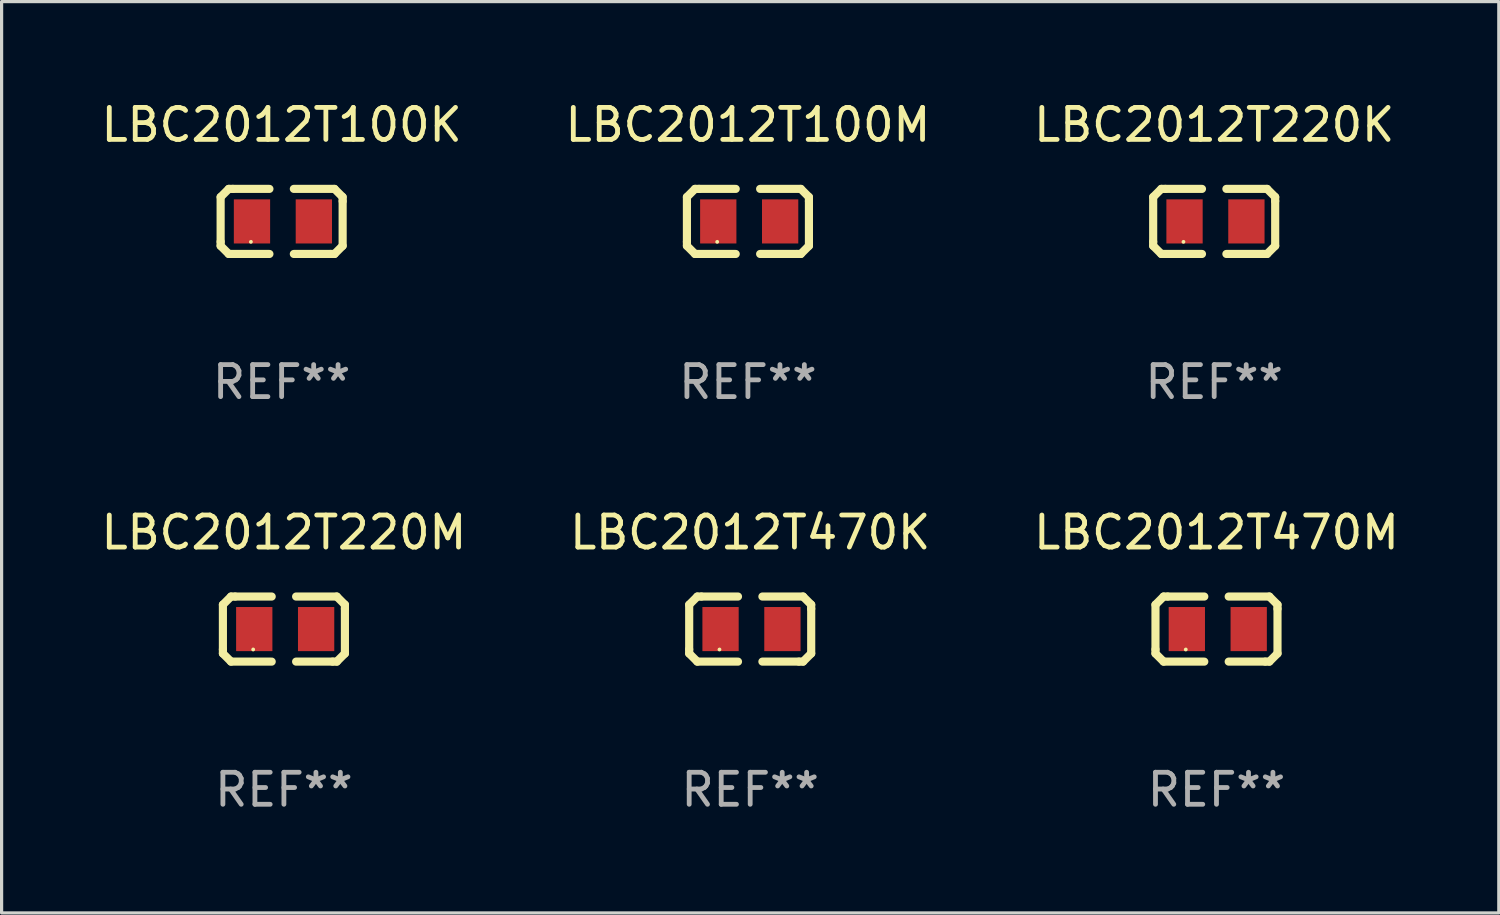
<source format=kicad_pcb>
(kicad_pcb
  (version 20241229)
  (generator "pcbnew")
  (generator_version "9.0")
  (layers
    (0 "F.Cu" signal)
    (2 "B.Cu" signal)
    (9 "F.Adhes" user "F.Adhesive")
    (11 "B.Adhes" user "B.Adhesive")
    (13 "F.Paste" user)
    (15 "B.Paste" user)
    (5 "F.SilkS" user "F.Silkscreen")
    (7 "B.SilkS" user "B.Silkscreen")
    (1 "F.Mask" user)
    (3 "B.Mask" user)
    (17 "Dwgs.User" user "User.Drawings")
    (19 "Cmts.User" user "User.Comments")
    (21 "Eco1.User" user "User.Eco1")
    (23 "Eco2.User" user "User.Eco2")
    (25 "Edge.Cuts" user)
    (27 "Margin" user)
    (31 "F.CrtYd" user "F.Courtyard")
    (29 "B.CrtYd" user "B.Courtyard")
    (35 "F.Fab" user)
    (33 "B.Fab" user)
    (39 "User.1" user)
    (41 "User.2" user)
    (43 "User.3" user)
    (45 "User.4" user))
  (footprint "LBC2012T100M"
    (layer "F.Cu")
    (at 20.304 3.864)
    (property "Reference" "LBC2012T100M" (at 0 -3.016 0) (layer "F.SilkS") (effects (font (size 1 1) (thickness 0.15))))
    (attr through_hole)
    (fp_line (start -1.905 -0.762) (end -1.905 0.635) (stroke (width 0.254) (type solid)) (layer "F.SilkS"))
    (fp_line (start -1.905 0.635) (end -1.905 0.762) (stroke (width 0.254) (type solid)) (layer "F.SilkS"))
    (fp_line (start -1.905 0.762) (end -1.651 1.016) (stroke (width 0.254) (type solid)) (layer "F.SilkS"))
    (fp_line (start -1.651 -1.016) (end -1.905 -0.762) (stroke (width 0.254) (type solid)) (layer "F.SilkS"))
    (fp_line (start -1.651 1.016) (end -0.381 1.016) (stroke (width 0.254) (type solid)) (layer "F.SilkS"))
    (fp_line (start -1.524 -1.016) (end -1.651 -1.016) (stroke (width 0.254) (type solid)) (layer "F.SilkS"))
    (fp_line (start -0.381 -1.016) (end -1.524 -1.016) (stroke (width 0.254) (type solid)) (layer "F.SilkS"))
    (fp_line (start 0.381 1.016) (end 1.524 1.016) (stroke (width 0.254) (type solid)) (layer "F.SilkS"))
    (fp_line (start 1.524 1.016) (end 1.651 1.016) (stroke (width 0.254) (type solid)) (layer "F.SilkS"))
    (fp_line (start 1.651 -1.016) (end 0.381 -1.016) (stroke (width 0.254) (type solid)) (layer "F.SilkS"))
    (fp_line (start 1.651 1.016) (end 1.905 0.762) (stroke (width 0.254) (type solid)) (layer "F.SilkS"))
    (fp_line (start 1.905 -0.762) (end 1.651 -1.016) (stroke (width 0.254) (type solid)) (layer "F.SilkS"))
    (fp_line (start 1.905 -0.635) (end 1.905 -0.762) (stroke (width 0.254) (type solid)) (layer "F.SilkS"))
    (fp_line (start 1.905 0.762) (end 1.905 -0.635) (stroke (width 0.254) (type solid)) (layer "F.SilkS"))
    (fp_circle (center -0.96 0.637) (end -0.93 0.637) (stroke (width 0.06) (type solid)) (fill no) (layer "F.SilkS"))
    (fp_text user "REF**" (at 0 5.016 0) (layer "F.Fab") (effects (font (size 1 1) (thickness 0.15))))
    (pad "1" smd rect (at -0.926 -0.000051) (size 1.133 1.377) (layers "F.Cu" "F.Mask" "F.Paste"))
    (pad "2" smd rect (at 1.006 -0.000051) (size 1.133 1.377) (layers "F.Cu" "F.Mask" "F.Paste")))
  (footprint "LBC2012T470M"
    (layer "F.Cu")
    (at 34.935 16.593)
    (property "Reference" "LBC2012T470M" (at 0 -3.016 0) (layer "F.SilkS") (effects (font (size 1 1) (thickness 0.15))))
    (attr through_hole)
    (fp_line (start -1.905 -0.762) (end -1.905 0.635) (stroke (width 0.254) (type solid)) (layer "F.SilkS"))
    (fp_line (start -1.905 0.635) (end -1.905 0.762) (stroke (width 0.254) (type solid)) (layer "F.SilkS"))
    (fp_line (start -1.905 0.762) (end -1.651 1.016) (stroke (width 0.254) (type solid)) (layer "F.SilkS"))
    (fp_line (start -1.651 -1.016) (end -1.905 -0.762) (stroke (width 0.254) (type solid)) (layer "F.SilkS"))
    (fp_line (start -1.651 1.016) (end -0.381 1.016) (stroke (width 0.254) (type solid)) (layer "F.SilkS"))
    (fp_line (start -1.524 -1.016) (end -1.651 -1.016) (stroke (width 0.254) (type solid)) (layer "F.SilkS"))
    (fp_line (start -0.381 -1.016) (end -1.524 -1.016) (stroke (width 0.254) (type solid)) (layer "F.SilkS"))
    (fp_line (start 0.381 1.016) (end 1.524 1.016) (stroke (width 0.254) (type solid)) (layer "F.SilkS"))
    (fp_line (start 1.524 1.016) (end 1.651 1.016) (stroke (width 0.254) (type solid)) (layer "F.SilkS"))
    (fp_line (start 1.651 -1.016) (end 0.381 -1.016) (stroke (width 0.254) (type solid)) (layer "F.SilkS"))
    (fp_line (start 1.651 1.016) (end 1.905 0.762) (stroke (width 0.254) (type solid)) (layer "F.SilkS"))
    (fp_line (start 1.905 -0.762) (end 1.651 -1.016) (stroke (width 0.254) (type solid)) (layer "F.SilkS"))
    (fp_line (start 1.905 -0.635) (end 1.905 -0.762) (stroke (width 0.254) (type solid)) (layer "F.SilkS"))
    (fp_line (start 1.905 0.762) (end 1.905 -0.635) (stroke (width 0.254) (type solid)) (layer "F.SilkS"))
    (fp_circle (center -0.96 0.637) (end -0.93 0.637) (stroke (width 0.06) (type solid)) (fill no) (layer "F.SilkS"))
    (fp_text user "REF**" (at 0 5.016 0) (layer "F.Fab") (effects (font (size 1 1) (thickness 0.15))))
    (pad "1" smd rect (at -0.926 -0.000051) (size 1.133 1.377) (layers "F.Cu" "F.Mask" "F.Paste"))
    (pad "2" smd rect (at 1.006 -0.000051) (size 1.133 1.377) (layers "F.Cu" "F.Mask" "F.Paste")))
  (footprint "LBC2012T100K"
    (layer "F.Cu")
    (at 5.744 3.864)
    (property "Reference" "LBC2012T100K" (at 0 -3.016 0) (layer "F.SilkS") (effects (font (size 1 1) (thickness 0.15))))
    (attr through_hole)
    (fp_line (start -1.905 -0.762) (end -1.905 0.635) (stroke (width 0.254) (type solid)) (layer "F.SilkS"))
    (fp_line (start -1.905 0.635) (end -1.905 0.762) (stroke (width 0.254) (type solid)) (layer "F.SilkS"))
    (fp_line (start -1.905 0.762) (end -1.651 1.016) (stroke (width 0.254) (type solid)) (layer "F.SilkS"))
    (fp_line (start -1.651 -1.016) (end -1.905 -0.762) (stroke (width 0.254) (type solid)) (layer "F.SilkS"))
    (fp_line (start -1.651 1.016) (end -0.381 1.016) (stroke (width 0.254) (type solid)) (layer "F.SilkS"))
    (fp_line (start -1.524 -1.016) (end -1.651 -1.016) (stroke (width 0.254) (type solid)) (layer "F.SilkS"))
    (fp_line (start -0.381 -1.016) (end -1.524 -1.016) (stroke (width 0.254) (type solid)) (layer "F.SilkS"))
    (fp_line (start 0.381 1.016) (end 1.524 1.016) (stroke (width 0.254) (type solid)) (layer "F.SilkS"))
    (fp_line (start 1.524 1.016) (end 1.651 1.016) (stroke (width 0.254) (type solid)) (layer "F.SilkS"))
    (fp_line (start 1.651 -1.016) (end 0.381 -1.016) (stroke (width 0.254) (type solid)) (layer "F.SilkS"))
    (fp_line (start 1.651 1.016) (end 1.905 0.762) (stroke (width 0.254) (type solid)) (layer "F.SilkS"))
    (fp_line (start 1.905 -0.762) (end 1.651 -1.016) (stroke (width 0.254) (type solid)) (layer "F.SilkS"))
    (fp_line (start 1.905 -0.635) (end 1.905 -0.762) (stroke (width 0.254) (type solid)) (layer "F.SilkS"))
    (fp_line (start 1.905 0.762) (end 1.905 -0.635) (stroke (width 0.254) (type solid)) (layer "F.SilkS"))
    (fp_circle (center -0.96 0.637) (end -0.93 0.637) (stroke (width 0.06) (type solid)) (fill no) (layer "F.SilkS"))
    (fp_text user "REF**" (at 0 5.016 0) (layer "F.Fab") (effects (font (size 1 1) (thickness 0.15))))
    (pad "1" smd rect (at -0.926 -0.000051) (size 1.133 1.377) (layers "F.Cu" "F.Mask" "F.Paste"))
    (pad "2" smd rect (at 1.006 -0.000051) (size 1.133 1.377) (layers "F.Cu" "F.Mask" "F.Paste")))
  (footprint "LBC2012T470K"
    (layer "F.Cu")
    (at 20.375 16.593)
    (property "Reference" "LBC2012T470K" (at 0 -3.016 0) (layer "F.SilkS") (effects (font (size 1 1) (thickness 0.15))))
    (attr through_hole)
    (fp_line (start -1.905 -0.762) (end -1.905 0.635) (stroke (width 0.254) (type solid)) (layer "F.SilkS"))
    (fp_line (start -1.905 0.635) (end -1.905 0.762) (stroke (width 0.254) (type solid)) (layer "F.SilkS"))
    (fp_line (start -1.905 0.762) (end -1.651 1.016) (stroke (width 0.254) (type solid)) (layer "F.SilkS"))
    (fp_line (start -1.651 -1.016) (end -1.905 -0.762) (stroke (width 0.254) (type solid)) (layer "F.SilkS"))
    (fp_line (start -1.651 1.016) (end -0.381 1.016) (stroke (width 0.254) (type solid)) (layer "F.SilkS"))
    (fp_line (start -1.524 -1.016) (end -1.651 -1.016) (stroke (width 0.254) (type solid)) (layer "F.SilkS"))
    (fp_line (start -0.381 -1.016) (end -1.524 -1.016) (stroke (width 0.254) (type solid)) (layer "F.SilkS"))
    (fp_line (start 0.381 1.016) (end 1.524 1.016) (stroke (width 0.254) (type solid)) (layer "F.SilkS"))
    (fp_line (start 1.524 1.016) (end 1.651 1.016) (stroke (width 0.254) (type solid)) (layer "F.SilkS"))
    (fp_line (start 1.651 -1.016) (end 0.381 -1.016) (stroke (width 0.254) (type solid)) (layer "F.SilkS"))
    (fp_line (start 1.651 1.016) (end 1.905 0.762) (stroke (width 0.254) (type solid)) (layer "F.SilkS"))
    (fp_line (start 1.905 -0.762) (end 1.651 -1.016) (stroke (width 0.254) (type solid)) (layer "F.SilkS"))
    (fp_line (start 1.905 -0.635) (end 1.905 -0.762) (stroke (width 0.254) (type solid)) (layer "F.SilkS"))
    (fp_line (start 1.905 0.762) (end 1.905 -0.635) (stroke (width 0.254) (type solid)) (layer "F.SilkS"))
    (fp_circle (center -0.96 0.637) (end -0.93 0.637) (stroke (width 0.06) (type solid)) (fill no) (layer "F.SilkS"))
    (fp_text user "REF**" (at 0 5.016 0) (layer "F.Fab") (effects (font (size 1 1) (thickness 0.15))))
    (pad "1" smd rect (at -0.926 -0.000051) (size 1.133 1.377) (layers "F.Cu" "F.Mask" "F.Paste"))
    (pad "2" smd rect (at 1.006 -0.000051) (size 1.133 1.377) (layers "F.Cu" "F.Mask" "F.Paste")))
  (footprint "LBC2012T220K"
    (layer "F.Cu")
    (at 34.863 3.864)
    (property "Reference" "LBC2012T220K" (at 0 -3.016 0) (layer "F.SilkS") (effects (font (size 1 1) (thickness 0.15))))
    (attr through_hole)
    (fp_line (start -1.905 -0.762) (end -1.905 0.635) (stroke (width 0.254) (type solid)) (layer "F.SilkS"))
    (fp_line (start -1.905 0.635) (end -1.905 0.762) (stroke (width 0.254) (type solid)) (layer "F.SilkS"))
    (fp_line (start -1.905 0.762) (end -1.651 1.016) (stroke (width 0.254) (type solid)) (layer "F.SilkS"))
    (fp_line (start -1.651 -1.016) (end -1.905 -0.762) (stroke (width 0.254) (type solid)) (layer "F.SilkS"))
    (fp_line (start -1.651 1.016) (end -0.381 1.016) (stroke (width 0.254) (type solid)) (layer "F.SilkS"))
    (fp_line (start -1.524 -1.016) (end -1.651 -1.016) (stroke (width 0.254) (type solid)) (layer "F.SilkS"))
    (fp_line (start -0.381 -1.016) (end -1.524 -1.016) (stroke (width 0.254) (type solid)) (layer "F.SilkS"))
    (fp_line (start 0.381 1.016) (end 1.524 1.016) (stroke (width 0.254) (type solid)) (layer "F.SilkS"))
    (fp_line (start 1.524 1.016) (end 1.651 1.016) (stroke (width 0.254) (type solid)) (layer "F.SilkS"))
    (fp_line (start 1.651 -1.016) (end 0.381 -1.016) (stroke (width 0.254) (type solid)) (layer "F.SilkS"))
    (fp_line (start 1.651 1.016) (end 1.905 0.762) (stroke (width 0.254) (type solid)) (layer "F.SilkS"))
    (fp_line (start 1.905 -0.762) (end 1.651 -1.016) (stroke (width 0.254) (type solid)) (layer "F.SilkS"))
    (fp_line (start 1.905 -0.635) (end 1.905 -0.762) (stroke (width 0.254) (type solid)) (layer "F.SilkS"))
    (fp_line (start 1.905 0.762) (end 1.905 -0.635) (stroke (width 0.254) (type solid)) (layer "F.SilkS"))
    (fp_circle (center -0.96 0.637) (end -0.93 0.637) (stroke (width 0.06) (type solid)) (fill no) (layer "F.SilkS"))
    (fp_text user "REF**" (at 0 5.016 0) (layer "F.Fab") (effects (font (size 1 1) (thickness 0.15))))
    (pad "1" smd rect (at -0.926 -0.000051) (size 1.133 1.377) (layers "F.Cu" "F.Mask" "F.Paste"))
    (pad "2" smd rect (at 1.006 -0.000051) (size 1.133 1.377) (layers "F.Cu" "F.Mask" "F.Paste")))
  (footprint "LBC2012T220M"
    (layer "F.Cu")
    (at 5.815 16.593)
    (property "Reference" "LBC2012T220M" (at 0 -3.016 0) (layer "F.SilkS") (effects (font (size 1 1) (thickness 0.15))))
    (attr through_hole)
    (fp_line (start -1.905 -0.762) (end -1.905 0.635) (stroke (width 0.254) (type solid)) (layer "F.SilkS"))
    (fp_line (start -1.905 0.635) (end -1.905 0.762) (stroke (width 0.254) (type solid)) (layer "F.SilkS"))
    (fp_line (start -1.905 0.762) (end -1.651 1.016) (stroke (width 0.254) (type solid)) (layer "F.SilkS"))
    (fp_line (start -1.651 -1.016) (end -1.905 -0.762) (stroke (width 0.254) (type solid)) (layer "F.SilkS"))
    (fp_line (start -1.651 1.016) (end -0.381 1.016) (stroke (width 0.254) (type solid)) (layer "F.SilkS"))
    (fp_line (start -1.524 -1.016) (end -1.651 -1.016) (stroke (width 0.254) (type solid)) (layer "F.SilkS"))
    (fp_line (start -0.381 -1.016) (end -1.524 -1.016) (stroke (width 0.254) (type solid)) (layer "F.SilkS"))
    (fp_line (start 0.381 1.016) (end 1.524 1.016) (stroke (width 0.254) (type solid)) (layer "F.SilkS"))
    (fp_line (start 1.524 1.016) (end 1.651 1.016) (stroke (width 0.254) (type solid)) (layer "F.SilkS"))
    (fp_line (start 1.651 -1.016) (end 0.381 -1.016) (stroke (width 0.254) (type solid)) (layer "F.SilkS"))
    (fp_line (start 1.651 1.016) (end 1.905 0.762) (stroke (width 0.254) (type solid)) (layer "F.SilkS"))
    (fp_line (start 1.905 -0.762) (end 1.651 -1.016) (stroke (width 0.254) (type solid)) (layer "F.SilkS"))
    (fp_line (start 1.905 -0.635) (end 1.905 -0.762) (stroke (width 0.254) (type solid)) (layer "F.SilkS"))
    (fp_line (start 1.905 0.762) (end 1.905 -0.635) (stroke (width 0.254) (type solid)) (layer "F.SilkS"))
    (fp_circle (center -0.96 0.637) (end -0.93 0.637) (stroke (width 0.06) (type solid)) (fill no) (layer "F.SilkS"))
    (fp_text user "REF**" (at 0 5.016 0) (layer "F.Fab") (effects (font (size 1 1) (thickness 0.15))))
    (pad "1" smd rect (at -0.926 -0.000051) (size 1.133 1.377) (layers "F.Cu" "F.Mask" "F.Paste"))
    (pad "2" smd rect (at 1.006 -0.000051) (size 1.133 1.377) (layers "F.Cu" "F.Mask" "F.Paste")))
  (gr_rect
    (start -3 -3)
    (end 43.75 25.457)
    (stroke (width 0.1) (type default))
    (fill no)
    (layer "Edge.Cuts")))
</source>
